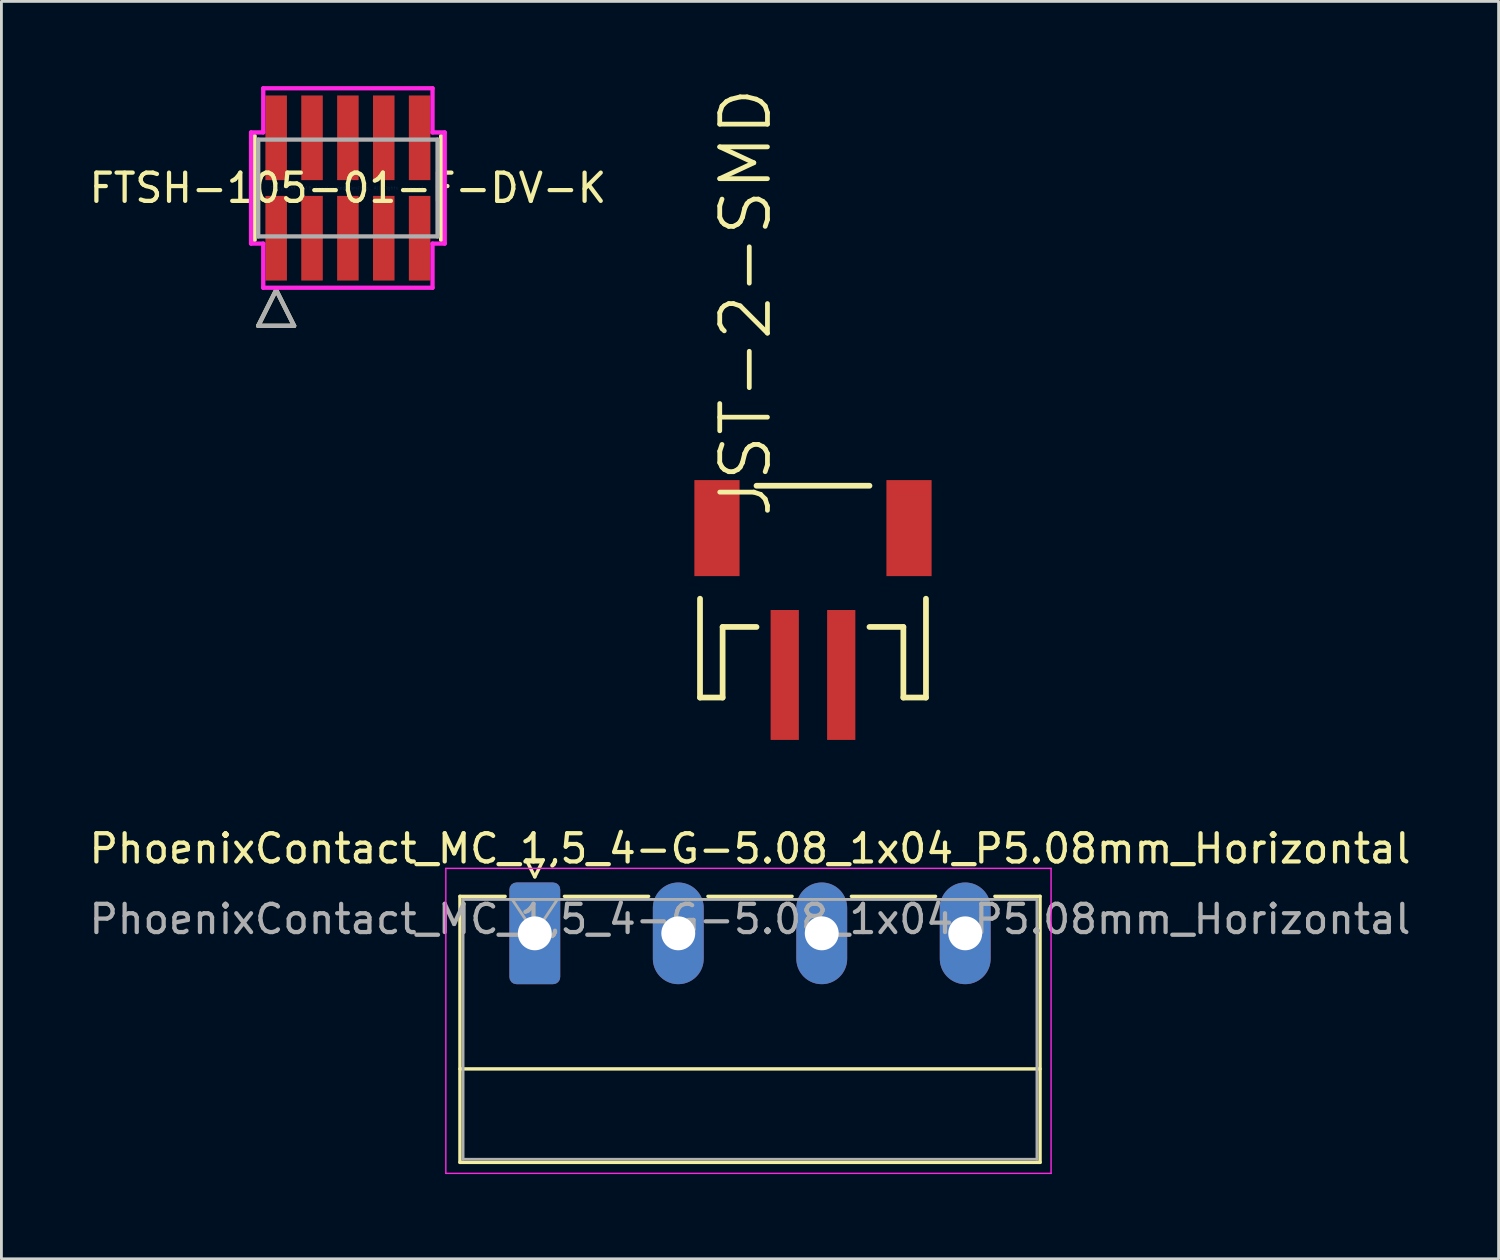
<source format=kicad_pcb>
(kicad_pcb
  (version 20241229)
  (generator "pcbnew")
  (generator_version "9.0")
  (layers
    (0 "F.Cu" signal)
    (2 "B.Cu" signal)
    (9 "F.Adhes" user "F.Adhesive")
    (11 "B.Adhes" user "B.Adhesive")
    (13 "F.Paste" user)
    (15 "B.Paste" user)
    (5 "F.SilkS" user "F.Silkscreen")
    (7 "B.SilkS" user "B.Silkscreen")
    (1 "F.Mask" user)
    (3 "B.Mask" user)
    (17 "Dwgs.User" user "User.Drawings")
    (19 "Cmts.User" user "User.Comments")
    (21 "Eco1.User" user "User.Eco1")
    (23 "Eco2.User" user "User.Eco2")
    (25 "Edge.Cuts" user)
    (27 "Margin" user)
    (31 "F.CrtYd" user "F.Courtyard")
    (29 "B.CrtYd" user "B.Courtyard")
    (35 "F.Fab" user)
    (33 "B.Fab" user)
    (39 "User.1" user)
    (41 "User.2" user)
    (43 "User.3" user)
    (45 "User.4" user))
  (footprint "JST-2-SMD"
    (layer "F.Cu")
    (at 25.736 17.149)
    (property "Reference" "JST-2-SMD" (at -1.397 -1.778 270) (layer "F.SilkS") (effects (font (size 1.689 1.689) (thickness 0.169)) (justify left bottom)))
    (attr through_hole)
    (fp_line (start -4 1) (end -4 4.5) (stroke (width 0.203) (type solid)) (layer "F.SilkS"))
    (fp_line (start -4 4.5) (end -3.2 4.5) (stroke (width 0.203) (type solid)) (layer "F.SilkS"))
    (fp_line (start -3.2 2) (end -2 2) (stroke (width 0.203) (type solid)) (layer "F.SilkS"))
    (fp_line (start -3.2 4.5) (end -3.2 2) (stroke (width 0.203) (type solid)) (layer "F.SilkS"))
    (fp_line (start 2 -3) (end -2 -3) (stroke (width 0.203) (type solid)) (layer "F.SilkS"))
    (fp_line (start 2 2) (end 3.2 2) (stroke (width 0.203) (type solid)) (layer "F.SilkS"))
    (fp_line (start 3.2 2) (end 3.2 4.5) (stroke (width 0.203) (type solid)) (layer "F.SilkS"))
    (fp_line (start 3.2 4.5) (end 4 4.5) (stroke (width 0.203) (type solid)) (layer "F.SilkS"))
    (fp_line (start 4 4.5) (end 4 1) (stroke (width 0.203) (type solid)) (layer "F.SilkS"))
    (pad "1" smd rect (at -1 3.7) (size 1 4.6) (layers "F.Cu" "F.Mask" "F.Paste"))
    (pad "2" smd rect (at 1 3.7) (size 1 4.6) (layers "F.Cu" "F.Mask" "F.Paste"))
    (pad "NC1" smd rect (at -3.4 -1.5 90) (size 3.4 1.6) (layers "F.Cu" "F.Mask" "F.Paste"))
    (pad "NC2" smd rect (at 3.4 -1.5 90) (size 3.4 1.6) (layers "F.Cu" "F.Mask" "F.Paste")))
  (footprint "PhoenixContact_MC_1,5_4-G-5.08_1x04_P5.08mm_Horizontal"
    (layer "F.Cu")
    (at 15.886 29.997)
    (property "Reference" "PhoenixContact_MC_1,5_4-G-5.08_1x04_P5.08mm_Horizontal" (at 7.62 -3 0) (layer "F.SilkS") (effects (font (size 1 1) (thickness 0.15))))
    (attr through_hole)
    (fp_line (start -2.65 -1.31) (end -2.65 8.11) (stroke (width 0.12) (type solid)) (layer "F.SilkS"))
    (fp_line (start -2.65 -1.31) (end -1.05 -1.31) (stroke (width 0.12) (type solid)) (layer "F.SilkS"))
    (fp_line (start -2.65 4.8) (end 17.89 4.8) (stroke (width 0.12) (type solid)) (layer "F.SilkS"))
    (fp_line (start -2.65 8.11) (end 17.89 8.11) (stroke (width 0.12) (type solid)) (layer "F.SilkS"))
    (fp_line (start -0.3 -2.6) (end 0.3 -2.6) (stroke (width 0.12) (type solid)) (layer "F.SilkS"))
    (fp_line (start 0 -2) (end -0.3 -2.6) (stroke (width 0.12) (type solid)) (layer "F.SilkS"))
    (fp_line (start 0.3 -2.6) (end 0 -2) (stroke (width 0.12) (type solid)) (layer "F.SilkS"))
    (fp_line (start 1.05 -1.31) (end 4.03 -1.31) (stroke (width 0.12) (type solid)) (layer "F.SilkS"))
    (fp_line (start 6.13 -1.31) (end 9.11 -1.31) (stroke (width 0.12) (type solid)) (layer "F.SilkS"))
    (fp_line (start 11.21 -1.31) (end 14.19 -1.31) (stroke (width 0.12) (type solid)) (layer "F.SilkS"))
    (fp_line (start 17.89 -1.31) (end 16.29 -1.31) (stroke (width 0.12) (type solid)) (layer "F.SilkS"))
    (fp_line (start 17.89 8.11) (end 17.89 -1.31) (stroke (width 0.12) (type solid)) (layer "F.SilkS"))
    (fp_line (start -3.15 -2.3) (end -3.15 8.5) (stroke (width 0.05) (type solid)) (layer "F.CrtYd"))
    (fp_line (start -3.15 8.5) (end 18.28 8.5) (stroke (width 0.05) (type solid)) (layer "F.CrtYd"))
    (fp_line (start 18.28 -2.3) (end -3.15 -2.3) (stroke (width 0.05) (type solid)) (layer "F.CrtYd"))
    (fp_line (start 18.28 8.5) (end 18.28 -2.3) (stroke (width 0.05) (type solid)) (layer "F.CrtYd"))
    (fp_line (start -2.54 -1.2) (end -2.54 8) (stroke (width 0.1) (type solid)) (layer "F.Fab"))
    (fp_line (start -2.54 8) (end 17.78 8) (stroke (width 0.1) (type solid)) (layer "F.Fab"))
    (fp_line (start 0 0) (end -0.8 -1.2) (stroke (width 0.1) (type solid)) (layer "F.Fab"))
    (fp_line (start 0.8 -1.2) (end 0 0) (stroke (width 0.1) (type solid)) (layer "F.Fab"))
    (fp_line (start 17.78 -1.2) (end -2.54 -1.2) (stroke (width 0.1) (type solid)) (layer "F.Fab"))
    (fp_line (start 17.78 8) (end 17.78 -1.2) (stroke (width 0.1) (type solid)) (layer "F.Fab"))
    (fp_text user "${REFERENCE}" (at 7.62 -0.5 0) (layer "F.Fab") (effects (font (size 1 1) (thickness 0.15))))
    (pad "1" thru_hole roundrect (at 0 0) (size 1.8 3.6) (drill 1.2) (layers "*.Cu" "*.Mask") (roundrect_rratio 0.139))
    (pad "2" thru_hole oval (at 5.08 0) (size 1.8 3.6) (drill 1.2) (layers "*.Cu" "*.Mask"))
    (pad "3" thru_hole oval (at 10.16 0) (size 1.8 3.6) (drill 1.2) (layers "*.Cu" "*.Mask"))
    (pad "4" thru_hole oval (at 15.24 0) (size 1.8 3.6) (drill 1.2) (layers "*.Cu" "*.Mask")))
  (footprint "FTSH-105-01-F-DV-K"
    (layer "F.Cu")
    (at 9.268 3.607)
    (property "Reference" "FTSH-105-01-F-DV-K" (at 0 0 0) (layer "F.SilkS") (effects (font (size 1 1) (thickness 0.15))))
    (attr smd)
    (fp_line (start -3.302 -1.841) (end -3.302 1.841) (stroke (width 0.152) (type solid)) (layer "F.SilkS"))
    (fp_line (start -3.175 4.879) (end -1.905 4.879) (stroke (width 0.152) (type solid)) (layer "F.SilkS"))
    (fp_line (start -2.54 3.609) (end -3.175 4.879) (stroke (width 0.152) (type solid)) (layer "F.SilkS"))
    (fp_line (start -1.905 4.879) (end -2.54 3.609) (stroke (width 0.152) (type solid)) (layer "F.SilkS"))
    (fp_line (start 3.302 1.841) (end 3.302 -1.841) (stroke (width 0.152) (type solid)) (layer "F.SilkS"))
    (fp_line (start -3.429 -1.968) (end -2.997 -1.968) (stroke (width 0.152) (type solid)) (layer "F.CrtYd"))
    (fp_line (start -3.429 1.968) (end -3.429 -1.968) (stroke (width 0.152) (type solid)) (layer "F.CrtYd"))
    (fp_line (start -2.997 -3.531) (end 2.997 -3.531) (stroke (width 0.152) (type solid)) (layer "F.CrtYd"))
    (fp_line (start -2.997 -1.968) (end -2.997 -3.531) (stroke (width 0.152) (type solid)) (layer "F.CrtYd"))
    (fp_line (start -2.997 1.968) (end -3.429 1.968) (stroke (width 0.152) (type solid)) (layer "F.CrtYd"))
    (fp_line (start -2.997 3.531) (end -2.997 1.968) (stroke (width 0.152) (type solid)) (layer "F.CrtYd"))
    (fp_line (start 2.997 -3.531) (end 2.997 -1.968) (stroke (width 0.152) (type solid)) (layer "F.CrtYd"))
    (fp_line (start 2.997 -1.968) (end 3.429 -1.968) (stroke (width 0.152) (type solid)) (layer "F.CrtYd"))
    (fp_line (start 2.997 1.968) (end 2.997 3.531) (stroke (width 0.152) (type solid)) (layer "F.CrtYd"))
    (fp_line (start 2.997 3.531) (end -2.997 3.531) (stroke (width 0.152) (type solid)) (layer "F.CrtYd"))
    (fp_line (start 3.429 -1.968) (end 3.429 1.968) (stroke (width 0.152) (type solid)) (layer "F.CrtYd"))
    (fp_line (start 3.429 1.968) (end 2.997 1.968) (stroke (width 0.152) (type solid)) (layer "F.CrtYd"))
    (fp_line (start -3.175 -1.714) (end -3.175 1.714) (stroke (width 0.152) (type solid)) (layer "F.Fab"))
    (fp_line (start -3.175 1.714) (end 3.175 1.714) (stroke (width 0.152) (type solid)) (layer "F.Fab"))
    (fp_line (start -3.175 4.879) (end -1.905 4.879) (stroke (width 0.152) (type solid)) (layer "F.Fab"))
    (fp_line (start -2.54 3.609) (end -3.175 4.879) (stroke (width 0.152) (type solid)) (layer "F.Fab"))
    (fp_line (start -1.905 4.879) (end -2.54 3.609) (stroke (width 0.152) (type solid)) (layer "F.Fab"))
    (fp_line (start 3.175 -1.714) (end -3.175 -1.714) (stroke (width 0.152) (type solid)) (layer "F.Fab"))
    (fp_line (start 3.175 1.714) (end 3.175 -1.714) (stroke (width 0.152) (type solid)) (layer "F.Fab"))
    (fp_text user "Copyright 2016 Accelerated Designs. All rights reserved." (at 0 0 0) (layer "Cmts.User") (effects (font (size 0.127 0.127) (thickness 0.002))))
    (pad "1" smd rect (at -2.54 1.778) (size 0.762 2.997) (layers "F.Cu" "F.Mask" "F.Paste"))
    (pad "2" smd rect (at -2.54 -1.778) (size 0.762 2.997) (layers "F.Cu" "F.Mask" "F.Paste"))
    (pad "3" smd rect (at -1.27 1.778) (size 0.762 2.997) (layers "F.Cu" "F.Mask" "F.Paste"))
    (pad "4" smd rect (at -1.27 -1.778) (size 0.762 2.997) (layers "F.Cu" "F.Mask" "F.Paste"))
    (pad "5" smd rect (at 0 1.778) (size 0.762 2.997) (layers "F.Cu" "F.Mask" "F.Paste"))
    (pad "6" smd rect (at 0 -1.778) (size 0.762 2.997) (layers "F.Cu" "F.Mask" "F.Paste"))
    (pad "7" smd rect (at 1.27 1.778) (size 0.762 2.997) (layers "F.Cu" "F.Mask" "F.Paste"))
    (pad "8" smd rect (at 1.27 -1.778) (size 0.762 2.997) (layers "F.Cu" "F.Mask" "F.Paste"))
    (pad "9" smd rect (at 2.54 1.778) (size 0.762 2.997) (layers "F.Cu" "F.Mask" "F.Paste"))
    (pad "10" smd rect (at 2.54 -1.778) (size 0.762 2.997) (layers "F.Cu" "F.Mask" "F.Paste")))
  (gr_rect
    (start -3 -3)
    (end 50.012 41.522)
    (stroke (width 0.1) (type default))
    (fill no)
    (layer "Edge.Cuts")))
</source>
